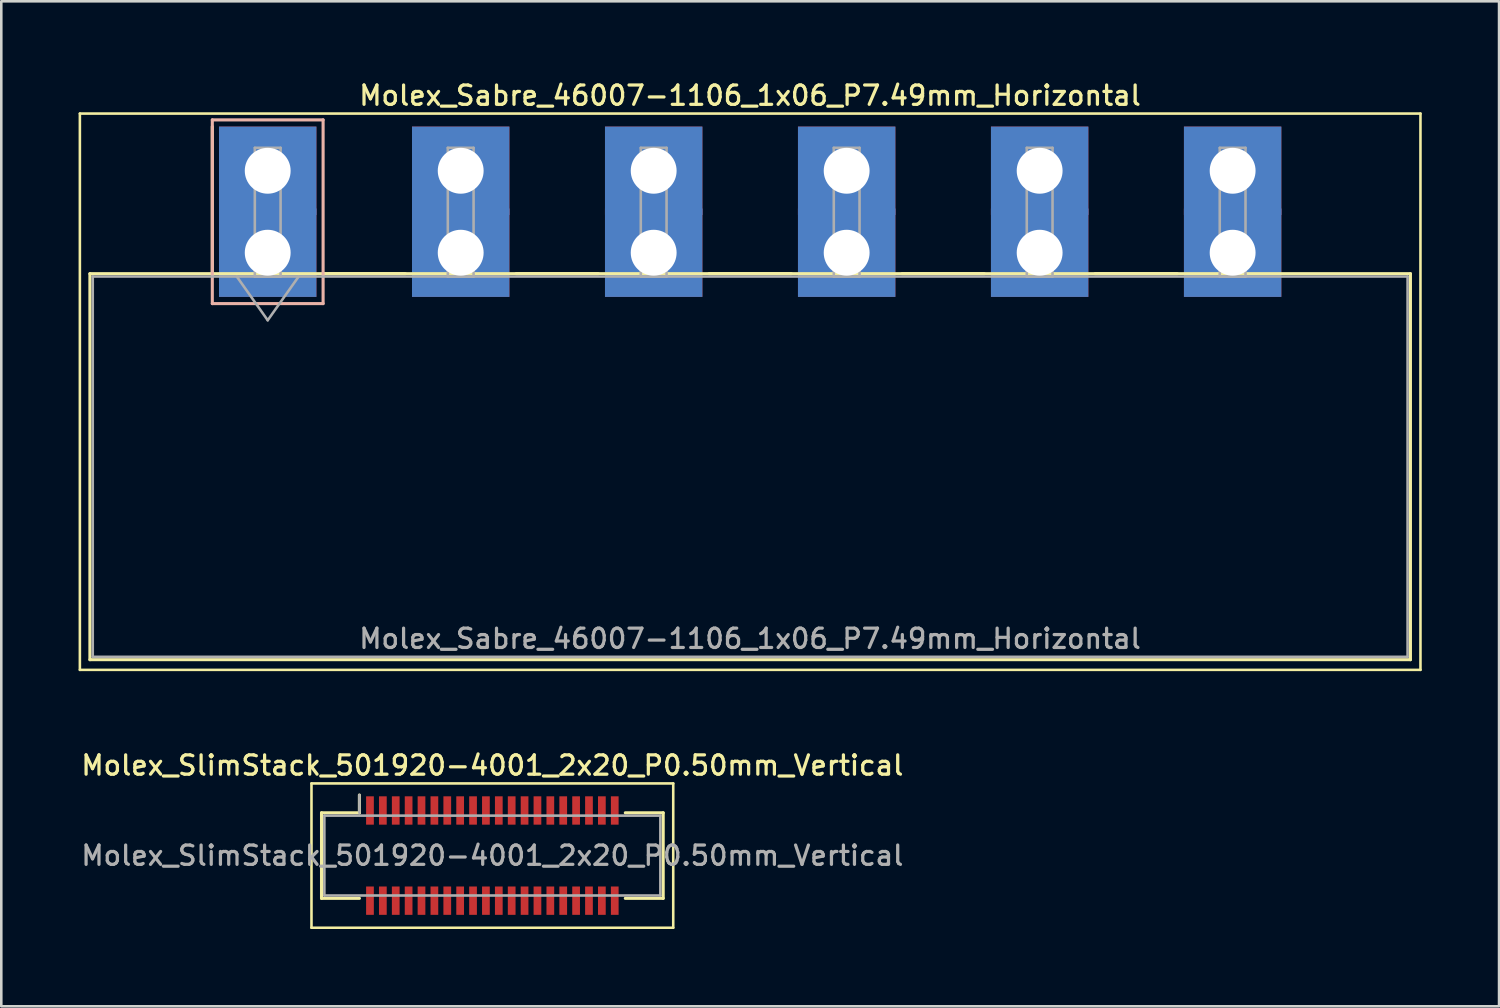
<source format=kicad_pcb>
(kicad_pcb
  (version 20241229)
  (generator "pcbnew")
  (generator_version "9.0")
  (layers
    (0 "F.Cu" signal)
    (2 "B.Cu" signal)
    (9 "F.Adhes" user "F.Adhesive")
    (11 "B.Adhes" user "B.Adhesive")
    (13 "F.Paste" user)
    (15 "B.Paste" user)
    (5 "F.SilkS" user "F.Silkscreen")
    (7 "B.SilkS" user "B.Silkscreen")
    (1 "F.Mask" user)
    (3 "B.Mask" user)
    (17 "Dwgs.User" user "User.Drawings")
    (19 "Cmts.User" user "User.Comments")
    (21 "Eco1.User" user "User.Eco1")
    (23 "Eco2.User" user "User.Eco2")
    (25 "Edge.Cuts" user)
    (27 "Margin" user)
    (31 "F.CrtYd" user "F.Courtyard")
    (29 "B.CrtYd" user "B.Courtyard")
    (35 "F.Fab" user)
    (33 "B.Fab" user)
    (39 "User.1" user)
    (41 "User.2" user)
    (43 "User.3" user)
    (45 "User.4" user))
  (footprint "Molex_SlimStack_501920-4001_2x20_P0.50mm_Vertical"
    (layer "F.Cu")
    (at 16.059 30.156)
    (property "Reference" "Molex_SlimStack_501920-4001_2x20_P0.50mm_Vertical" (at 0 -3.5 0) (layer "F.SilkS") (effects (font (size 0.75 0.75) (thickness 0.125))))
    (attr smd)
    (fp_line (start -7.02 -2.8) (end -7.02 2.8) (stroke (width 0.1) (type solid)) (layer "F.SilkS"))
    (fp_line (start -7.02 2.8) (end 7.02 2.8) (stroke (width 0.1) (type solid)) (layer "F.SilkS"))
    (fp_line (start -6.63 -1.66) (end -5.16 -1.66) (stroke (width 0.12) (type solid)) (layer "F.SilkS"))
    (fp_line (start -6.63 1.66) (end -6.63 -1.66) (stroke (width 0.12) (type solid)) (layer "F.SilkS"))
    (fp_line (start -5.16 -1.66) (end -5.16 -2.35) (stroke (width 0.12) (type solid)) (layer "F.SilkS"))
    (fp_line (start -5.16 1.66) (end -6.63 1.66) (stroke (width 0.12) (type solid)) (layer "F.SilkS"))
    (fp_line (start 5.16 1.66) (end 6.63 1.66) (stroke (width 0.12) (type solid)) (layer "F.SilkS"))
    (fp_line (start 6.63 -1.66) (end 5.16 -1.66) (stroke (width 0.12) (type solid)) (layer "F.SilkS"))
    (fp_line (start 6.63 1.66) (end 6.63 -1.66) (stroke (width 0.12) (type solid)) (layer "F.SilkS"))
    (fp_line (start 7.02 -2.8) (end -7.02 -2.8) (stroke (width 0.1) (type solid)) (layer "F.SilkS"))
    (fp_line (start 7.02 2.8) (end 7.02 -2.8) (stroke (width 0.1) (type solid)) (layer "F.SilkS"))
    (fp_line (start -6.52 -1.55) (end -6.52 1.55) (stroke (width 0.1) (type solid)) (layer "F.Fab"))
    (fp_line (start -6.52 1.55) (end 6.52 1.55) (stroke (width 0.1) (type solid)) (layer "F.Fab"))
    (fp_line (start -5.16 -1.66) (end -5.16 -2.35) (stroke (width 0.1) (type solid)) (layer "F.Fab"))
    (fp_line (start 6.52 -1.55) (end -6.52 -1.55) (stroke (width 0.1) (type solid)) (layer "F.Fab"))
    (fp_line (start 6.52 1.55) (end 6.52 -1.55) (stroke (width 0.1) (type solid)) (layer "F.Fab"))
    (fp_text user "${REFERENCE}" (at 0 0 0) (layer "F.Fab") (effects (font (size 0.75 0.75) (thickness 0.125))))
    (pad "1" smd rect (at -4.75 -1.75) (size 0.3 1.1) (layers "F.Cu" "F.Mask" "F.Paste"))
    (pad "2" smd rect (at -4.75 1.75) (size 0.3 1.1) (layers "F.Cu" "F.Mask" "F.Paste"))
    (pad "3" smd rect (at -4.25 -1.75) (size 0.3 1.1) (layers "F.Cu" "F.Mask" "F.Paste"))
    (pad "4" smd rect (at -4.25 1.75) (size 0.3 1.1) (layers "F.Cu" "F.Mask" "F.Paste"))
    (pad "5" smd rect (at -3.75 -1.75) (size 0.3 1.1) (layers "F.Cu" "F.Mask" "F.Paste"))
    (pad "6" smd rect (at -3.75 1.75) (size 0.3 1.1) (layers "F.Cu" "F.Mask" "F.Paste"))
    (pad "7" smd rect (at -3.25 -1.75) (size 0.3 1.1) (layers "F.Cu" "F.Mask" "F.Paste"))
    (pad "8" smd rect (at -3.25 1.75) (size 0.3 1.1) (layers "F.Cu" "F.Mask" "F.Paste"))
    (pad "9" smd rect (at -2.75 -1.75) (size 0.3 1.1) (layers "F.Cu" "F.Mask" "F.Paste"))
    (pad "10" smd rect (at -2.75 1.75) (size 0.3 1.1) (layers "F.Cu" "F.Mask" "F.Paste"))
    (pad "11" smd rect (at -2.25 -1.75) (size 0.3 1.1) (layers "F.Cu" "F.Mask" "F.Paste"))
    (pad "12" smd rect (at -2.25 1.75) (size 0.3 1.1) (layers "F.Cu" "F.Mask" "F.Paste"))
    (pad "13" smd rect (at -1.75 -1.75) (size 0.3 1.1) (layers "F.Cu" "F.Mask" "F.Paste"))
    (pad "14" smd rect (at -1.75 1.75) (size 0.3 1.1) (layers "F.Cu" "F.Mask" "F.Paste"))
    (pad "15" smd rect (at -1.25 -1.75) (size 0.3 1.1) (layers "F.Cu" "F.Mask" "F.Paste"))
    (pad "16" smd rect (at -1.25 1.75) (size 0.3 1.1) (layers "F.Cu" "F.Mask" "F.Paste"))
    (pad "17" smd rect (at -0.75 -1.75) (size 0.3 1.1) (layers "F.Cu" "F.Mask" "F.Paste"))
    (pad "18" smd rect (at -0.75 1.75) (size 0.3 1.1) (layers "F.Cu" "F.Mask" "F.Paste"))
    (pad "19" smd rect (at -0.25 -1.75) (size 0.3 1.1) (layers "F.Cu" "F.Mask" "F.Paste"))
    (pad "20" smd rect (at -0.25 1.75) (size 0.3 1.1) (layers "F.Cu" "F.Mask" "F.Paste"))
    (pad "21" smd rect (at 0.25 -1.75) (size 0.3 1.1) (layers "F.Cu" "F.Mask" "F.Paste"))
    (pad "22" smd rect (at 0.25 1.75) (size 0.3 1.1) (layers "F.Cu" "F.Mask" "F.Paste"))
    (pad "23" smd rect (at 0.75 -1.75) (size 0.3 1.1) (layers "F.Cu" "F.Mask" "F.Paste"))
    (pad "24" smd rect (at 0.75 1.75) (size 0.3 1.1) (layers "F.Cu" "F.Mask" "F.Paste"))
    (pad "25" smd rect (at 1.25 -1.75) (size 0.3 1.1) (layers "F.Cu" "F.Mask" "F.Paste"))
    (pad "26" smd rect (at 1.25 1.75) (size 0.3 1.1) (layers "F.Cu" "F.Mask" "F.Paste"))
    (pad "27" smd rect (at 1.75 -1.75) (size 0.3 1.1) (layers "F.Cu" "F.Mask" "F.Paste"))
    (pad "28" smd rect (at 1.75 1.75) (size 0.3 1.1) (layers "F.Cu" "F.Mask" "F.Paste"))
    (pad "29" smd rect (at 2.25 -1.75) (size 0.3 1.1) (layers "F.Cu" "F.Mask" "F.Paste"))
    (pad "30" smd rect (at 2.25 1.75) (size 0.3 1.1) (layers "F.Cu" "F.Mask" "F.Paste"))
    (pad "31" smd rect (at 2.75 -1.75) (size 0.3 1.1) (layers "F.Cu" "F.Mask" "F.Paste"))
    (pad "32" smd rect (at 2.75 1.75) (size 0.3 1.1) (layers "F.Cu" "F.Mask" "F.Paste"))
    (pad "33" smd rect (at 3.25 -1.75) (size 0.3 1.1) (layers "F.Cu" "F.Mask" "F.Paste"))
    (pad "34" smd rect (at 3.25 1.75) (size 0.3 1.1) (layers "F.Cu" "F.Mask" "F.Paste"))
    (pad "35" smd rect (at 3.75 -1.75) (size 0.3 1.1) (layers "F.Cu" "F.Mask" "F.Paste"))
    (pad "36" smd rect (at 3.75 1.75) (size 0.3 1.1) (layers "F.Cu" "F.Mask" "F.Paste"))
    (pad "37" smd rect (at 4.25 -1.75) (size 0.3 1.1) (layers "F.Cu" "F.Mask" "F.Paste"))
    (pad "38" smd rect (at 4.25 1.75) (size 0.3 1.1) (layers "F.Cu" "F.Mask" "F.Paste"))
    (pad "39" smd rect (at 4.75 -1.75) (size 0.3 1.1) (layers "F.Cu" "F.Mask" "F.Paste"))
    (pad "40" smd rect (at 4.75 1.75) (size 0.3 1.1) (layers "F.Cu" "F.Mask" "F.Paste")))
  (footprint "Molex_Sabre_46007-1106_1x06_P7.49mm_Horizontal"
    (layer "F.Cu")
    (at 7.34 6.758)
    (property "Reference" "Molex_Sabre_46007-1106_1x06_P7.49mm_Horizontal" (at 18.72 -6.1 0) (layer "F.SilkS") (effects (font (size 0.75 0.75) (thickness 0.125))))
    (attr through_hole)
    (fp_line (start -7.29 -5.4) (end -7.29 16.19) (stroke (width 0.1) (type solid)) (layer "F.SilkS"))
    (fp_line (start -7.29 16.19) (end 44.74 16.19) (stroke (width 0.1) (type solid)) (layer "F.SilkS"))
    (fp_line (start -6.9 0.815) (end -6.9 15.795) (stroke (width 0.12) (type solid)) (layer "F.SilkS"))
    (fp_line (start -6.9 15.795) (end 44.35 15.795) (stroke (width 0.12) (type solid)) (layer "F.SilkS"))
    (fp_line (start -2.15 0.815) (end -2.15 -4.895) (stroke (width 0.12) (type solid)) (layer "F.SilkS"))
    (fp_line (start 2.15 0.815) (end 5.34 0.815) (stroke (width 0.12) (type solid)) (layer "F.SilkS"))
    (fp_line (start 9.64 0.815) (end 12.83 0.815) (stroke (width 0.12) (type solid)) (layer "F.SilkS"))
    (fp_line (start 17.13 0.815) (end 20.32 0.815) (stroke (width 0.12) (type solid)) (layer "F.SilkS"))
    (fp_line (start 24.62 0.815) (end 27.81 0.815) (stroke (width 0.12) (type solid)) (layer "F.SilkS"))
    (fp_line (start 32.11 0.815) (end 35.3 0.815) (stroke (width 0.12) (type solid)) (layer "F.SilkS"))
    (fp_line (start 44.35 0.815) (end -6.9 0.815) (stroke (width 0.12) (type solid)) (layer "F.SilkS"))
    (fp_line (start 44.35 15.795) (end 44.35 0.815) (stroke (width 0.12) (type solid)) (layer "F.SilkS"))
    (fp_line (start 44.74 -5.4) (end -7.29 -5.4) (stroke (width 0.1) (type solid)) (layer "F.SilkS"))
    (fp_line (start 44.74 16.19) (end 44.74 -5.4) (stroke (width 0.1) (type solid)) (layer "F.SilkS"))
    (fp_line (start -2.15 -5.155) (end -2.15 1.975) (stroke (width 0.12) (type solid)) (layer "B.SilkS"))
    (fp_line (start -2.15 1.975) (end 2.15 1.975) (stroke (width 0.12) (type solid)) (layer "B.SilkS"))
    (fp_line (start 2.15 -5.155) (end -2.15 -5.155) (stroke (width 0.12) (type solid)) (layer "B.SilkS"))
    (fp_line (start 2.15 1.975) (end 2.15 -5.155) (stroke (width 0.12) (type solid)) (layer "B.SilkS"))
    (fp_line (start -6.79 0.925) (end -6.79 15.685) (stroke (width 0.1) (type solid)) (layer "F.Fab"))
    (fp_line (start -6.79 15.685) (end 44.24 15.685) (stroke (width 0.1) (type solid)) (layer "F.Fab"))
    (fp_line (start -1.2 0.925) (end 0 2.622) (stroke (width 0.1) (type solid)) (layer "F.Fab"))
    (fp_line (start -0.5 -4.07) (end 0.5 -4.07) (stroke (width 0.1) (type solid)) (layer "F.Fab"))
    (fp_line (start -0.5 0.925) (end -0.5 -4.07) (stroke (width 0.1) (type solid)) (layer "F.Fab"))
    (fp_line (start 0 2.622) (end 1.2 0.925) (stroke (width 0.1) (type solid)) (layer "F.Fab"))
    (fp_line (start 0.5 -4.07) (end 0.5 0.925) (stroke (width 0.1) (type solid)) (layer "F.Fab"))
    (fp_line (start 0.5 0.925) (end -0.5 0.925) (stroke (width 0.1) (type solid)) (layer "F.Fab"))
    (fp_line (start 6.99 -4.07) (end 7.99 -4.07) (stroke (width 0.1) (type solid)) (layer "F.Fab"))
    (fp_line (start 6.99 0.925) (end 6.99 -4.07) (stroke (width 0.1) (type solid)) (layer "F.Fab"))
    (fp_line (start 7.99 -4.07) (end 7.99 0.925) (stroke (width 0.1) (type solid)) (layer "F.Fab"))
    (fp_line (start 7.99 0.925) (end 6.99 0.925) (stroke (width 0.1) (type solid)) (layer "F.Fab"))
    (fp_line (start 14.48 -4.07) (end 15.48 -4.07) (stroke (width 0.1) (type solid)) (layer "F.Fab"))
    (fp_line (start 14.48 0.925) (end 14.48 -4.07) (stroke (width 0.1) (type solid)) (layer "F.Fab"))
    (fp_line (start 15.48 -4.07) (end 15.48 0.925) (stroke (width 0.1) (type solid)) (layer "F.Fab"))
    (fp_line (start 15.48 0.925) (end 14.48 0.925) (stroke (width 0.1) (type solid)) (layer "F.Fab"))
    (fp_line (start 21.97 -4.07) (end 22.97 -4.07) (stroke (width 0.1) (type solid)) (layer "F.Fab"))
    (fp_line (start 21.97 0.925) (end 21.97 -4.07) (stroke (width 0.1) (type solid)) (layer "F.Fab"))
    (fp_line (start 22.97 -4.07) (end 22.97 0.925) (stroke (width 0.1) (type solid)) (layer "F.Fab"))
    (fp_line (start 22.97 0.925) (end 21.97 0.925) (stroke (width 0.1) (type solid)) (layer "F.Fab"))
    (fp_line (start 29.46 -4.07) (end 30.46 -4.07) (stroke (width 0.1) (type solid)) (layer "F.Fab"))
    (fp_line (start 29.46 0.925) (end 29.46 -4.07) (stroke (width 0.1) (type solid)) (layer "F.Fab"))
    (fp_line (start 30.46 -4.07) (end 30.46 0.925) (stroke (width 0.1) (type solid)) (layer "F.Fab"))
    (fp_line (start 30.46 0.925) (end 29.46 0.925) (stroke (width 0.1) (type solid)) (layer "F.Fab"))
    (fp_line (start 36.95 -4.07) (end 37.95 -4.07) (stroke (width 0.1) (type solid)) (layer "F.Fab"))
    (fp_line (start 36.95 0.925) (end 36.95 -4.07) (stroke (width 0.1) (type solid)) (layer "F.Fab"))
    (fp_line (start 37.95 -4.07) (end 37.95 0.925) (stroke (width 0.1) (type solid)) (layer "F.Fab"))
    (fp_line (start 37.95 0.925) (end 36.95 0.925) (stroke (width 0.1) (type solid)) (layer "F.Fab"))
    (fp_line (start 44.24 0.925) (end -6.79 0.925) (stroke (width 0.1) (type solid)) (layer "F.Fab"))
    (fp_line (start 44.24 15.685) (end 44.24 0.925) (stroke (width 0.1) (type solid)) (layer "F.Fab"))
    (fp_text user "${REFERENCE}" (at 18.72 14.98 0) (layer "F.Fab") (effects (font (size 0.75 0.75) (thickness 0.125))))
    (pad "1" thru_hole rect (at 0 -3.18) (size 3.78 3.43) (drill 1.78) (layers "*.Cu" "*.Mask"))
    (pad "1" thru_hole rect (at 0 0) (size 3.78 3.43) (drill 1.78) (layers "*.Cu" "*.Mask"))
    (pad "2" thru_hole rect (at 7.49 -3.18) (size 3.78 3.43) (drill 1.78) (layers "*.Cu" "*.Mask"))
    (pad "2" thru_hole rect (at 7.49 0) (size 3.78 3.43) (drill 1.78) (layers "*.Cu" "*.Mask"))
    (pad "3" thru_hole rect (at 14.98 -3.18) (size 3.78 3.43) (drill 1.78) (layers "*.Cu" "*.Mask"))
    (pad "3" thru_hole rect (at 14.98 0) (size 3.78 3.43) (drill 1.78) (layers "*.Cu" "*.Mask"))
    (pad "4" thru_hole rect (at 22.47 -3.18) (size 3.78 3.43) (drill 1.78) (layers "*.Cu" "*.Mask"))
    (pad "4" thru_hole rect (at 22.47 0) (size 3.78 3.43) (drill 1.78) (layers "*.Cu" "*.Mask"))
    (pad "5" thru_hole rect (at 29.96 -3.18) (size 3.78 3.43) (drill 1.78) (layers "*.Cu" "*.Mask"))
    (pad "5" thru_hole rect (at 29.96 0) (size 3.78 3.43) (drill 1.78) (layers "*.Cu" "*.Mask"))
    (pad "6" thru_hole rect (at 37.45 -3.18) (size 3.78 3.43) (drill 1.78) (layers "*.Cu" "*.Mask"))
    (pad "6" thru_hole rect (at 37.45 0) (size 3.78 3.43) (drill 1.78) (layers "*.Cu" "*.Mask")))
  (gr_rect
    (start -3 -3)
    (end 55.13 36.006)
    (stroke (width 0.1) (type default))
    (fill no)
    (layer "Edge.Cuts")))
</source>
